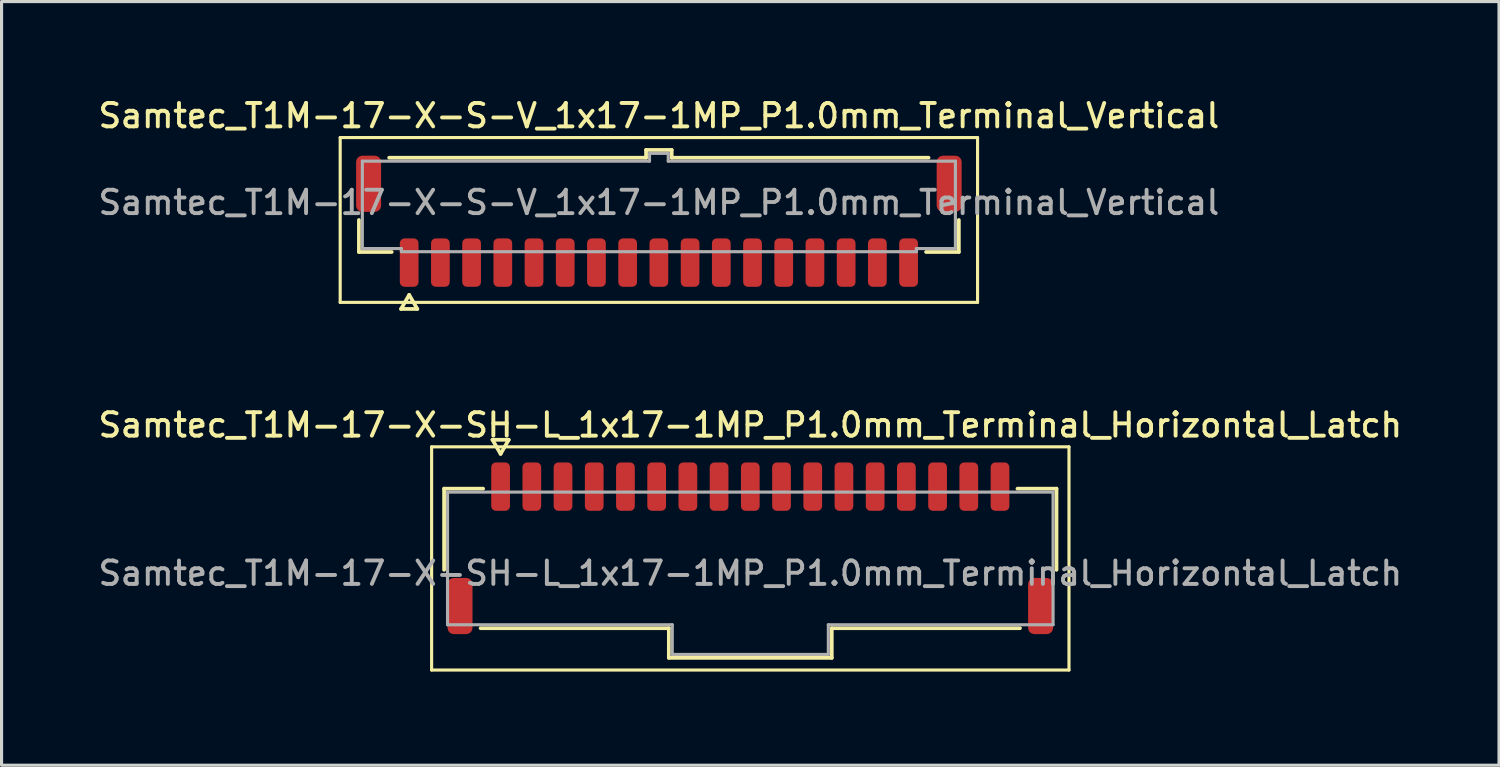
<source format=kicad_pcb>
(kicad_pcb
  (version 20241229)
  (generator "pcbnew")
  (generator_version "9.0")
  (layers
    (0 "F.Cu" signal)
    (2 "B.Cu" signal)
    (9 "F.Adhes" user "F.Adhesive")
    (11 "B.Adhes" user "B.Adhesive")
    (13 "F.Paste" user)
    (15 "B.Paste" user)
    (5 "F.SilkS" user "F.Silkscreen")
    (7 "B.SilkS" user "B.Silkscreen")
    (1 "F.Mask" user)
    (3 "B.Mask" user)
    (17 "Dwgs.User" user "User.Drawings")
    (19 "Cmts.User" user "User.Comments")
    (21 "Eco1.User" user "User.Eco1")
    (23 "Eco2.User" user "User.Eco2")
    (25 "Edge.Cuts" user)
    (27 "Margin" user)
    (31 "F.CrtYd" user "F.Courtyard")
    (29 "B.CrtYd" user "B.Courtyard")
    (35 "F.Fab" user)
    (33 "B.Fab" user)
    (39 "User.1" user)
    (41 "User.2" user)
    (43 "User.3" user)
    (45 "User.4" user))
  (footprint "Samtec_T1M-17-X-SH-L_1x17-1MP_P1.0mm_Terminal_Horizontal_Latch"
    (layer "F.Cu")
    (at 20.988 15.316)
    (property "Reference" "Samtec_T1M-17-X-SH-L_1x17-1MP_P1.0mm_Terminal_Horizontal_Latch" (at 0 -4.75 0) (layer "F.SilkS") (effects (font (size 0.75 0.75) (thickness 0.125))))
    (attr smd)
    (fp_line (start -10.21 -4.05) (end -10.21 3.1) (stroke (width 0.1) (type solid)) (layer "F.SilkS"))
    (fp_line (start -10.21 3.1) (end 10.21 3.1) (stroke (width 0.1) (type solid)) (layer "F.SilkS"))
    (fp_line (start -9.81 -2.71) (end -8.56 -2.71) (stroke (width 0.12) (type solid)) (layer "F.SilkS"))
    (fp_line (start -9.81 -0.11) (end -9.81 -2.71) (stroke (width 0.12) (type solid)) (layer "F.SilkS"))
    (fp_line (start -8.26 -4.275) (end -8 -3.825) (stroke (width 0.12) (type solid)) (layer "F.SilkS"))
    (fp_line (start -8 -3.825) (end -7.74 -4.275) (stroke (width 0.12) (type solid)) (layer "F.SilkS"))
    (fp_line (start -7.74 -4.275) (end -8.26 -4.275) (stroke (width 0.12) (type solid)) (layer "F.SilkS"))
    (fp_line (start -2.61 1.76) (end -8.64 1.76) (stroke (width 0.12) (type solid)) (layer "F.SilkS"))
    (fp_line (start -2.61 2.71) (end -2.61 1.76) (stroke (width 0.12) (type solid)) (layer "F.SilkS"))
    (fp_line (start 2.61 1.76) (end 2.61 2.71) (stroke (width 0.12) (type solid)) (layer "F.SilkS"))
    (fp_line (start 2.61 2.71) (end -2.61 2.71) (stroke (width 0.12) (type solid)) (layer "F.SilkS"))
    (fp_line (start 8.56 -2.71) (end 9.81 -2.71) (stroke (width 0.12) (type solid)) (layer "F.SilkS"))
    (fp_line (start 8.64 1.76) (end 2.61 1.76) (stroke (width 0.12) (type solid)) (layer "F.SilkS"))
    (fp_line (start 9.81 -2.71) (end 9.81 -0.11) (stroke (width 0.12) (type solid)) (layer "F.SilkS"))
    (fp_line (start 10.21 -4.05) (end -10.21 -4.05) (stroke (width 0.1) (type solid)) (layer "F.SilkS"))
    (fp_line (start 10.21 3.1) (end 10.21 -4.05) (stroke (width 0.1) (type solid)) (layer "F.SilkS"))
    (fp_line (start -9.7 -2.6) (end 9.7 -2.6) (stroke (width 0.1) (type solid)) (layer "F.Fab"))
    (fp_line (start -9.7 1.65) (end -9.7 -2.6) (stroke (width 0.1) (type solid)) (layer "F.Fab"))
    (fp_line (start -2.5 1.65) (end -9.7 1.65) (stroke (width 0.1) (type solid)) (layer "F.Fab"))
    (fp_line (start -2.5 2.6) (end -2.5 1.65) (stroke (width 0.1) (type solid)) (layer "F.Fab"))
    (fp_line (start 2.5 1.65) (end 2.5 2.6) (stroke (width 0.1) (type solid)) (layer "F.Fab"))
    (fp_line (start 2.5 2.6) (end -2.5 2.6) (stroke (width 0.1) (type solid)) (layer "F.Fab"))
    (fp_line (start 9.7 -2.6) (end 9.7 1.65) (stroke (width 0.1) (type solid)) (layer "F.Fab"))
    (fp_line (start 9.7 1.65) (end 2.5 1.65) (stroke (width 0.1) (type solid)) (layer "F.Fab"))
    (fp_text user "${REFERENCE}" (at 0 0 0) (layer "F.Fab") (effects (font (size 0.75 0.75) (thickness 0.125))))
    (pad "1" smd roundrect (at -8 -2.775) (size 0.6 1.55) (layers "F.Cu" "F.Mask" "F.Paste") (roundrect_rratio 0.25))
    (pad "2" smd roundrect (at -7 -2.775) (size 0.6 1.55) (layers "F.Cu" "F.Mask" "F.Paste") (roundrect_rratio 0.25))
    (pad "3" smd roundrect (at -6 -2.775) (size 0.6 1.55) (layers "F.Cu" "F.Mask" "F.Paste") (roundrect_rratio 0.25))
    (pad "4" smd roundrect (at -5 -2.775) (size 0.6 1.55) (layers "F.Cu" "F.Mask" "F.Paste") (roundrect_rratio 0.25))
    (pad "5" smd roundrect (at -4 -2.775) (size 0.6 1.55) (layers "F.Cu" "F.Mask" "F.Paste") (roundrect_rratio 0.25))
    (pad "6" smd roundrect (at -3 -2.775) (size 0.6 1.55) (layers "F.Cu" "F.Mask" "F.Paste") (roundrect_rratio 0.25))
    (pad "7" smd roundrect (at -2 -2.775) (size 0.6 1.55) (layers "F.Cu" "F.Mask" "F.Paste") (roundrect_rratio 0.25))
    (pad "8" smd roundrect (at -1 -2.775) (size 0.6 1.55) (layers "F.Cu" "F.Mask" "F.Paste") (roundrect_rratio 0.25))
    (pad "9" smd roundrect (at 0 -2.775) (size 0.6 1.55) (layers "F.Cu" "F.Mask" "F.Paste") (roundrect_rratio 0.25))
    (pad "10" smd roundrect (at 1 -2.775) (size 0.6 1.55) (layers "F.Cu" "F.Mask" "F.Paste") (roundrect_rratio 0.25))
    (pad "11" smd roundrect (at 2 -2.775) (size 0.6 1.55) (layers "F.Cu" "F.Mask" "F.Paste") (roundrect_rratio 0.25))
    (pad "12" smd roundrect (at 3 -2.775) (size 0.6 1.55) (layers "F.Cu" "F.Mask" "F.Paste") (roundrect_rratio 0.25))
    (pad "13" smd roundrect (at 4 -2.775) (size 0.6 1.55) (layers "F.Cu" "F.Mask" "F.Paste") (roundrect_rratio 0.25))
    (pad "14" smd roundrect (at 5 -2.775) (size 0.6 1.55) (layers "F.Cu" "F.Mask" "F.Paste") (roundrect_rratio 0.25))
    (pad "15" smd roundrect (at 6 -2.775) (size 0.6 1.55) (layers "F.Cu" "F.Mask" "F.Paste") (roundrect_rratio 0.25))
    (pad "16" smd roundrect (at 7 -2.775) (size 0.6 1.55) (layers "F.Cu" "F.Mask" "F.Paste") (roundrect_rratio 0.25))
    (pad "17" smd roundrect (at 8 -2.775) (size 0.6 1.55) (layers "F.Cu" "F.Mask" "F.Paste") (roundrect_rratio 0.25))
    (pad "MP" smd roundrect (at -9.3 1.05) (size 0.8 1.8) (layers "F.Cu" "F.Mask" "F.Paste") (roundrect_rratio 0.25))
    (pad "MP" smd roundrect (at 9.3 1.05) (size 0.8 1.8) (layers "F.Cu" "F.Mask" "F.Paste") (roundrect_rratio 0.25)))
  (footprint "Samtec_T1M-17-X-S-V_1x17-1MP_P1.0mm_Terminal_Vertical"
    (layer "F.Cu")
    (at 18.059 3.438)
    (property "Reference" "Samtec_T1M-17-X-S-V_1x17-1MP_P1.0mm_Terminal_Vertical" (at 0 -2.78 0) (layer "F.SilkS") (effects (font (size 0.75 0.75) (thickness 0.125))))
    (attr smd)
    (fp_line (start -10.21 -2.08) (end -10.21 3.2) (stroke (width 0.1) (type solid)) (layer "F.SilkS"))
    (fp_line (start -10.21 3.2) (end 10.21 3.2) (stroke (width 0.1) (type solid)) (layer "F.SilkS"))
    (fp_line (start -9.61 1.585) (end -9.61 0.56) (stroke (width 0.12) (type solid)) (layer "F.SilkS"))
    (fp_line (start -8.64 -1.435) (end -0.41 -1.435) (stroke (width 0.12) (type solid)) (layer "F.SilkS"))
    (fp_line (start -8.56 1.585) (end -9.61 1.585) (stroke (width 0.12) (type solid)) (layer "F.SilkS"))
    (fp_line (start -8.26 3.41) (end -8 2.96) (stroke (width 0.12) (type solid)) (layer "F.SilkS"))
    (fp_line (start -8 2.96) (end -7.74 3.41) (stroke (width 0.12) (type solid)) (layer "F.SilkS"))
    (fp_line (start -7.74 3.41) (end -8.26 3.41) (stroke (width 0.12) (type solid)) (layer "F.SilkS"))
    (fp_line (start -0.41 -1.685) (end 0.41 -1.685) (stroke (width 0.12) (type solid)) (layer "F.SilkS"))
    (fp_line (start -0.41 -1.435) (end -0.41 -1.685) (stroke (width 0.12) (type solid)) (layer "F.SilkS"))
    (fp_line (start 0.41 -1.685) (end 0.41 -1.435) (stroke (width 0.12) (type solid)) (layer "F.SilkS"))
    (fp_line (start 0.41 -1.435) (end 8.64 -1.435) (stroke (width 0.12) (type solid)) (layer "F.SilkS"))
    (fp_line (start 9.61 0.56) (end 9.61 1.585) (stroke (width 0.12) (type solid)) (layer "F.SilkS"))
    (fp_line (start 9.61 1.585) (end 8.56 1.585) (stroke (width 0.12) (type solid)) (layer "F.SilkS"))
    (fp_line (start 10.21 -2.08) (end -10.21 -2.08) (stroke (width 0.1) (type solid)) (layer "F.SilkS"))
    (fp_line (start 10.21 3.2) (end 10.21 -2.08) (stroke (width 0.1) (type solid)) (layer "F.SilkS"))
    (fp_line (start -9.5 -1.325) (end -0.3 -1.325) (stroke (width 0.1) (type solid)) (layer "F.Fab"))
    (fp_line (start -9.5 1.475) (end -9.5 -1.325) (stroke (width 0.1) (type solid)) (layer "F.Fab"))
    (fp_line (start -8.25 1.475) (end -9.5 1.475) (stroke (width 0.1) (type solid)) (layer "F.Fab"))
    (fp_line (start -8.25 1.575) (end -8.25 1.475) (stroke (width 0.1) (type solid)) (layer "F.Fab"))
    (fp_line (start -0.3 -1.575) (end 0.3 -1.575) (stroke (width 0.1) (type solid)) (layer "F.Fab"))
    (fp_line (start -0.3 -1.325) (end -0.3 -1.575) (stroke (width 0.1) (type solid)) (layer "F.Fab"))
    (fp_line (start 0.3 -1.575) (end 0.3 -1.325) (stroke (width 0.1) (type solid)) (layer "F.Fab"))
    (fp_line (start 0.3 -1.325) (end 9.5 -1.325) (stroke (width 0.1) (type solid)) (layer "F.Fab"))
    (fp_line (start 8.25 1.475) (end 8.25 1.575) (stroke (width 0.1) (type solid)) (layer "F.Fab"))
    (fp_line (start 8.25 1.575) (end -8.25 1.575) (stroke (width 0.1) (type solid)) (layer "F.Fab"))
    (fp_line (start 9.5 -1.325) (end 9.5 1.475) (stroke (width 0.1) (type solid)) (layer "F.Fab"))
    (fp_line (start 9.5 1.475) (end 8.25 1.475) (stroke (width 0.1) (type solid)) (layer "F.Fab"))
    (fp_text user "${REFERENCE}" (at 0 0 0) (layer "F.Fab") (effects (font (size 0.75 0.75) (thickness 0.125))))
    (pad "1" smd roundrect (at -8 1.925) (size 0.6 1.55) (layers "F.Cu" "F.Mask" "F.Paste") (roundrect_rratio 0.25))
    (pad "2" smd roundrect (at -7 1.925) (size 0.6 1.55) (layers "F.Cu" "F.Mask" "F.Paste") (roundrect_rratio 0.25))
    (pad "3" smd roundrect (at -6 1.925) (size 0.6 1.55) (layers "F.Cu" "F.Mask" "F.Paste") (roundrect_rratio 0.25))
    (pad "4" smd roundrect (at -5 1.925) (size 0.6 1.55) (layers "F.Cu" "F.Mask" "F.Paste") (roundrect_rratio 0.25))
    (pad "5" smd roundrect (at -4 1.925) (size 0.6 1.55) (layers "F.Cu" "F.Mask" "F.Paste") (roundrect_rratio 0.25))
    (pad "6" smd roundrect (at -3 1.925) (size 0.6 1.55) (layers "F.Cu" "F.Mask" "F.Paste") (roundrect_rratio 0.25))
    (pad "7" smd roundrect (at -2 1.925) (size 0.6 1.55) (layers "F.Cu" "F.Mask" "F.Paste") (roundrect_rratio 0.25))
    (pad "8" smd roundrect (at -1 1.925) (size 0.6 1.55) (layers "F.Cu" "F.Mask" "F.Paste") (roundrect_rratio 0.25))
    (pad "9" smd roundrect (at 0 1.925) (size 0.6 1.55) (layers "F.Cu" "F.Mask" "F.Paste") (roundrect_rratio 0.25))
    (pad "10" smd roundrect (at 1 1.925) (size 0.6 1.55) (layers "F.Cu" "F.Mask" "F.Paste") (roundrect_rratio 0.25))
    (pad "11" smd roundrect (at 2 1.925) (size 0.6 1.55) (layers "F.Cu" "F.Mask" "F.Paste") (roundrect_rratio 0.25))
    (pad "12" smd roundrect (at 3 1.925) (size 0.6 1.55) (layers "F.Cu" "F.Mask" "F.Paste") (roundrect_rratio 0.25))
    (pad "13" smd roundrect (at 4 1.925) (size 0.6 1.55) (layers "F.Cu" "F.Mask" "F.Paste") (roundrect_rratio 0.25))
    (pad "14" smd roundrect (at 5 1.925) (size 0.6 1.55) (layers "F.Cu" "F.Mask" "F.Paste") (roundrect_rratio 0.25))
    (pad "15" smd roundrect (at 6 1.925) (size 0.6 1.55) (layers "F.Cu" "F.Mask" "F.Paste") (roundrect_rratio 0.25))
    (pad "16" smd roundrect (at 7 1.925) (size 0.6 1.55) (layers "F.Cu" "F.Mask" "F.Paste") (roundrect_rratio 0.25))
    (pad "17" smd roundrect (at 8 1.925) (size 0.6 1.55) (layers "F.Cu" "F.Mask" "F.Paste") (roundrect_rratio 0.25))
    (pad "MP" smd roundrect (at -9.3 -0.6) (size 0.8 1.8) (layers "F.Cu" "F.Mask" "F.Paste") (roundrect_rratio 0.25))
    (pad "MP" smd roundrect (at 9.3 -0.6) (size 0.8 1.8) (layers "F.Cu" "F.Mask" "F.Paste") (roundrect_rratio 0.25)))
  (gr_rect
    (start -3 -3)
    (end 44.975 21.466)
    (stroke (width 0.1) (type default))
    (fill no)
    (layer "Edge.Cuts")))
</source>
